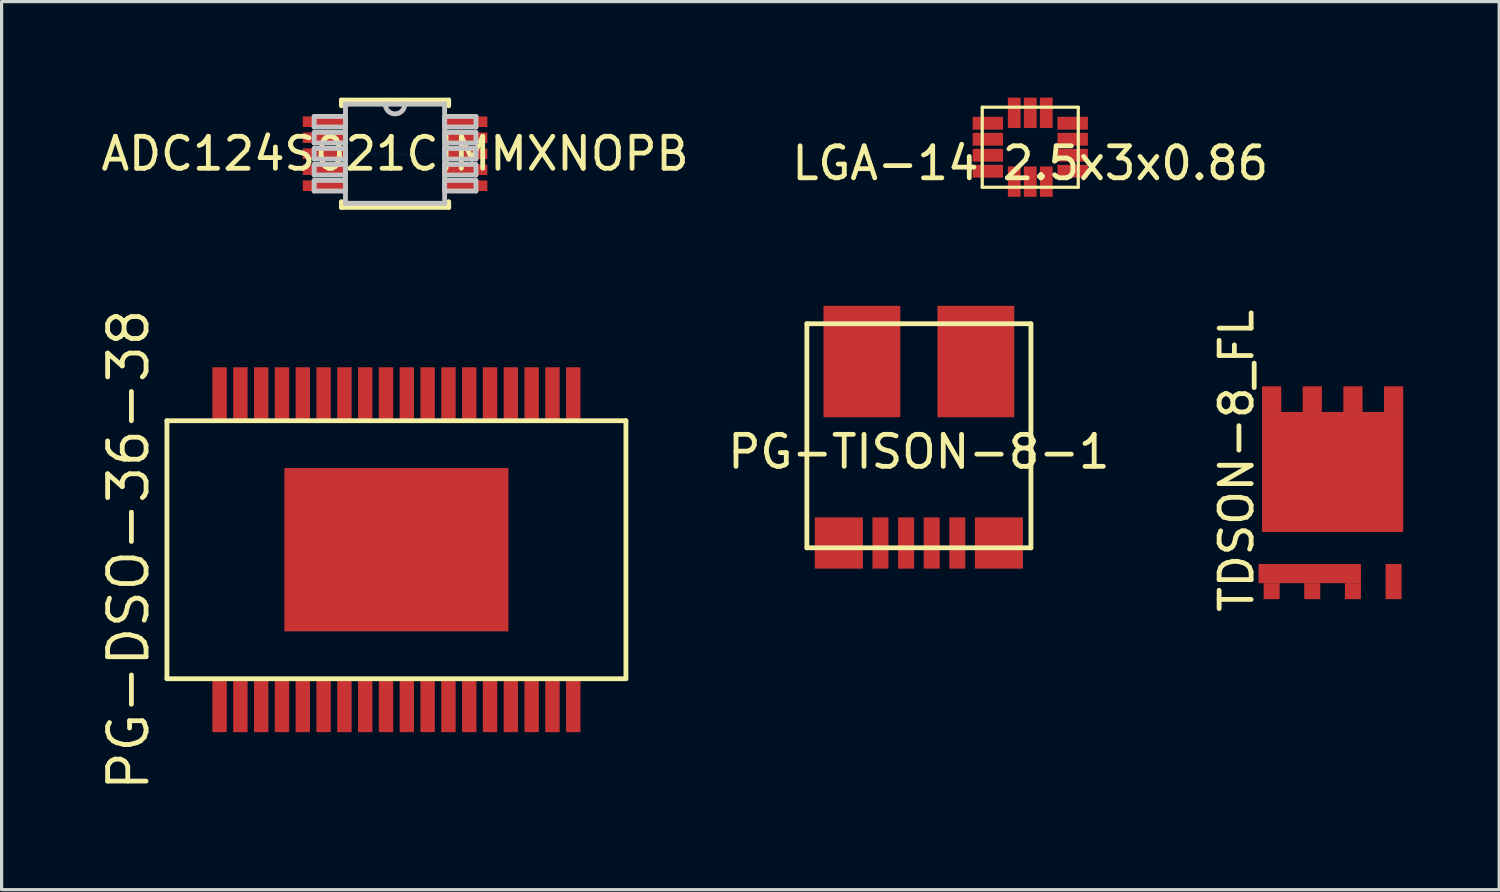
<source format=kicad_pcb>
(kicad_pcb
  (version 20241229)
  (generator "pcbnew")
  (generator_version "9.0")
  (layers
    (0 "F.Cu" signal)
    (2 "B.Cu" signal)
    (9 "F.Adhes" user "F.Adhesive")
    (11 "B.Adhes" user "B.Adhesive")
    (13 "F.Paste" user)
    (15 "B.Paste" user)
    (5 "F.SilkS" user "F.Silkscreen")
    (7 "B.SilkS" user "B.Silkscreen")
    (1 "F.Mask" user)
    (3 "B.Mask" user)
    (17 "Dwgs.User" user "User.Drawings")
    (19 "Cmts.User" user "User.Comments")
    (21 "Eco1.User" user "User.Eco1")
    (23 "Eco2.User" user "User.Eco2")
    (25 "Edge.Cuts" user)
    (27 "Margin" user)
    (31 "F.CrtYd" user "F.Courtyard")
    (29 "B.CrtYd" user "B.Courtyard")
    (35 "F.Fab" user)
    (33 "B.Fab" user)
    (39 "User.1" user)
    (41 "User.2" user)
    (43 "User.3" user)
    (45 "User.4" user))
  (footprint "LGA-14 2.5x3x0.86"
    (layer "F.Cu")
    (at 29.137 1.55)
    (property "Reference" "LGA-14 2.5x3x0.86" (at 0 0.5 0) (layer "F.SilkS") (effects (font (size 1 1) (thickness 0.15))))
    (attr through_hole)
    (fp_line (start -1.5 -1.25) (end 1.5 -1.25) (stroke (width 0.1) (type solid)) (layer "F.SilkS"))
    (fp_line (start -1.5 1.25) (end -1.5 -1.25) (stroke (width 0.1) (type solid)) (layer "F.SilkS"))
    (fp_line (start 1.5 -1.25) (end 1.5 1.25) (stroke (width 0.1) (type solid)) (layer "F.SilkS"))
    (fp_line (start 1.5 1.25) (end -1.5 1.25) (stroke (width 0.1) (type solid)) (layer "F.SilkS"))
    (pad "1" smd rect (at 1.325 -0.75) (size 0.95 0.4) (layers "F.Cu" "F.Mask" "F.Paste"))
    (pad "2" smd rect (at 1.325 -0.25) (size 0.95 0.4) (layers "F.Cu" "F.Mask" "F.Paste"))
    (pad "3" smd rect (at 1.325 0.25) (size 0.95 0.4) (layers "F.Cu" "F.Mask" "F.Paste"))
    (pad "4" smd rect (at 1.325 0.75) (size 0.95 0.4) (layers "F.Cu" "F.Mask" "F.Paste"))
    (pad "5" smd rect (at 0.5 1.075 90) (size 0.95 0.4) (layers "F.Cu" "F.Mask" "F.Paste"))
    (pad "6" smd rect (at 0 1.075 90) (size 0.95 0.4) (layers "F.Cu" "F.Mask" "F.Paste"))
    (pad "7" smd rect (at -0.5 1.075 90) (size 0.95 0.4) (layers "F.Cu" "F.Mask" "F.Paste"))
    (pad "8" smd rect (at -1.325 0.75) (size 0.95 0.4) (layers "F.Cu" "F.Mask" "F.Paste"))
    (pad "9" smd rect (at -1.325 0.25) (size 0.95 0.4) (layers "F.Cu" "F.Mask" "F.Paste"))
    (pad "10" smd rect (at -1.325 -0.25) (size 0.95 0.4) (layers "F.Cu" "F.Mask" "F.Paste"))
    (pad "11" smd rect (at -1.325 -0.75) (size 0.95 0.4) (layers "F.Cu" "F.Mask" "F.Paste"))
    (pad "12" smd rect (at -0.5 -1.075 90) (size 0.95 0.4) (layers "F.Cu" "F.Mask" "F.Paste"))
    (pad "13" smd rect (at 0 -1.075 90) (size 0.95 0.4) (layers "F.Cu" "F.Mask" "F.Paste"))
    (pad "14" smd rect (at 0.5 -1.075 90) (size 0.95 0.4) (layers "F.Cu" "F.Mask" "F.Paste")))
  (footprint "PG-TISON-8-1"
    (layer "F.Cu")
    (at 25.658 10.565)
    (property "Reference" "PG-TISON-8-1" (at 0 0.5 0) (layer "F.SilkS") (effects (font (size 1 1) (thickness 0.15))))
    (attr through_hole)
    (fp_line (start -3.5 -3.5) (end 3.5 -3.5) (stroke (width 0.15) (type solid)) (layer "F.SilkS"))
    (fp_line (start -3.5 3.5) (end -3.5 -3.5) (stroke (width 0.15) (type solid)) (layer "F.SilkS"))
    (fp_line (start 3.5 -3.5) (end 3.5 3.5) (stroke (width 0.15) (type solid)) (layer "F.SilkS"))
    (fp_line (start 3.5 3.5) (end -3.5 3.5) (stroke (width 0.15) (type solid)) (layer "F.SilkS"))
    (pad "1" smd rect (at -2.5 3.35) (size 1.5 1.6) (layers "F.Cu" "F.Mask" "F.Paste"))
    (pad "2" smd rect (at -1.2 3.35) (size 0.5 1.6) (layers "F.Cu" "F.Mask" "F.Paste"))
    (pad "3" smd rect (at -0.4 3.35) (size 0.5 1.6) (layers "F.Cu" "F.Mask" "F.Paste"))
    (pad "4" smd rect (at 0.4 3.35) (size 0.5 1.6) (layers "F.Cu" "F.Mask" "F.Paste"))
    (pad "5" smd rect (at 1.2 3.35) (size 0.5 1.6) (layers "F.Cu" "F.Mask" "F.Paste"))
    (pad "6" smd rect (at 2.5 3.35) (size 1.5 1.6) (layers "F.Cu" "F.Mask" "F.Paste"))
    (pad "7" smd rect (at 1.78 -2.32) (size 2.4 3.48) (layers "F.Cu" "F.Mask" "F.Paste"))
    (pad "8" smd rect (at -1.78 -2.32) (size 2.4 3.48) (layers "F.Cu" "F.Mask" "F.Paste")))
  (footprint "TDSON-8_FL"
    (layer "F.Cu")
    (at 38.583 12.344)
    (property "Reference" "TDSON-8_FL" (at -3 -1 90) (layer "F.SilkS") (effects (font (size 1 1) (thickness 0.15))))
    (attr through_hole)
    (pad "" smd rect (at -1.905 -2.925) (size 0.5 0.75) (layers "F.Paste"))
    (pad "" smd rect (at -1.905 3.1) (size 0.4 0.35) (layers "F.Paste"))
    (pad "" smd rect (at -1.815 2.525) (size 0.9 0.45) (layers "F.Paste"))
    (pad "" smd rect (at -0.85 -1.5) (size 1.5 1.5) (layers "F.Paste"))
    (pad "" smd rect (at -0.85 0.2) (size 1.5 1.5) (layers "F.Paste"))
    (pad "" smd rect (at -0.715 2.525) (size 0.9 0.45) (layers "F.Paste"))
    (pad "" smd rect (at -0.635 -2.925) (size 0.5 0.75) (layers "F.Paste"))
    (pad "" smd rect (at -0.635 3.1) (size 0.4 0.35) (layers "F.Paste"))
    (pad "" smd rect (at 0.385 2.525) (size 0.9 0.45) (layers "F.Paste"))
    (pad "" smd rect (at 0.635 -2.925) (size 0.5 0.75) (layers "F.Paste"))
    (pad "" smd rect (at 0.635 3.1) (size 0.4 0.35) (layers "F.Paste"))
    (pad "" smd rect (at 0.85 -1.5) (size 1.5 1.5) (layers "F.Paste"))
    (pad "" smd rect (at 0.85 0.2) (size 1.5 1.5) (layers "F.Paste"))
    (pad "" smd rect (at 1.905 -2.925) (size 0.5 0.75) (layers "F.Paste"))
    (pad "" smd rect (at 1.905 2.5) (size 0.4 0.45) (layers "F.Paste"))
    (pad "" smd rect (at 1.905 3.1) (size 0.4 0.35) (layers "F.Paste"))
    (pad "1" smd rect (at -1.905 3.075) (size 0.5 0.5) (layers "F.Cu" "F.Mask"))
    (pad "1" smd rect (at -0.715 2.525) (size 3.2 0.6) (layers "F.Cu" "F.Mask"))
    (pad "2" smd rect (at -0.635 3.075) (size 0.5 0.5) (layers "F.Cu" "F.Mask"))
    (pad "3" smd rect (at 0.635 3.075) (size 0.5 0.5) (layers "F.Cu" "F.Mask"))
    (pad "4" smd rect (at 1.905 2.775) (size 0.5 1.1) (layers "F.Cu" "F.Mask"))
    (pad "5" smd rect (at -1.905 -2.925) (size 0.6 0.8) (layers "F.Cu" "F.Mask"))
    (pad "5" smd rect (at 0 -0.65) (size 4.41 3.75) (layers "F.Cu" "F.Mask"))
    (pad "6" smd rect (at -0.635 -2.925) (size 0.6 0.8) (layers "F.Cu" "F.Mask"))
    (pad "7" smd rect (at 0.635 -2.925) (size 0.6 0.8) (layers "F.Cu" "F.Mask"))
    (pad "8" smd rect (at 1.905 -2.925) (size 0.6 0.8) (layers "F.Cu" "F.Mask")))
  (footprint "PG-DSO-36-38"
    (layer "F.Cu")
    (at 9.335 14.124)
    (property "Reference" "PG-DSO-36-38" (at -8.37 0 90) (layer "F.SilkS") (effects (font (size 1.2 1.2) (thickness 0.15))))
    (attr through_hole)
    (fp_line (start -7.17 -4.03) (end -7.17 4.03) (stroke (width 0.15) (type solid)) (layer "F.SilkS"))
    (fp_line (start -7.17 4.03) (end 7.17 4.03) (stroke (width 0.15) (type solid)) (layer "F.SilkS"))
    (fp_line (start 7.17 -4.03) (end -7.17 -4.03) (stroke (width 0.15) (type solid)) (layer "F.SilkS"))
    (fp_line (start 7.17 4.03) (end 7.17 -4.03) (stroke (width 0.15) (type solid)) (layer "F.SilkS"))
    (pad "1" smd rect (at -5.525 4.865) (size 0.45 1.67) (layers "F.Cu" "F.Mask" "F.Paste"))
    (pad "2" smd rect (at -4.875 4.865) (size 0.45 1.67) (layers "F.Cu" "F.Mask" "F.Paste"))
    (pad "3" smd rect (at -4.225 4.865) (size 0.45 1.67) (layers "F.Cu" "F.Mask" "F.Paste"))
    (pad "4" smd rect (at -3.575 4.865) (size 0.45 1.67) (layers "F.Cu" "F.Mask" "F.Paste"))
    (pad "5" smd rect (at -2.925 4.865) (size 0.45 1.67) (layers "F.Cu" "F.Mask" "F.Paste"))
    (pad "6" smd rect (at -2.275 4.865) (size 0.45 1.67) (layers "F.Cu" "F.Mask" "F.Paste"))
    (pad "7" smd rect (at -1.625 4.865) (size 0.45 1.67) (layers "F.Cu" "F.Mask" "F.Paste"))
    (pad "8" smd rect (at -0.975 4.865) (size 0.45 1.67) (layers "F.Cu" "F.Mask" "F.Paste"))
    (pad "9" smd rect (at -0.325 4.865) (size 0.45 1.67) (layers "F.Cu" "F.Mask" "F.Paste"))
    (pad "10" smd rect (at 0.325 4.865) (size 0.45 1.67) (layers "F.Cu" "F.Mask" "F.Paste"))
    (pad "11" smd rect (at 0.975 4.865) (size 0.45 1.67) (layers "F.Cu" "F.Mask" "F.Paste"))
    (pad "12" smd rect (at 1.625 4.865) (size 0.45 1.67) (layers "F.Cu" "F.Mask" "F.Paste"))
    (pad "13" smd rect (at 2.275 4.865) (size 0.45 1.67) (layers "F.Cu" "F.Mask" "F.Paste"))
    (pad "14" smd rect (at 2.925 4.865) (size 0.45 1.67) (layers "F.Cu" "F.Mask" "F.Paste"))
    (pad "15" smd rect (at 3.575 4.865) (size 0.45 1.67) (layers "F.Cu" "F.Mask" "F.Paste"))
    (pad "16" smd rect (at 4.225 4.865) (size 0.45 1.67) (layers "F.Cu" "F.Mask" "F.Paste"))
    (pad "17" smd rect (at 4.875 4.865) (size 0.45 1.67) (layers "F.Cu" "F.Mask" "F.Paste"))
    (pad "18" smd rect (at 5.525 4.865) (size 0.45 1.67) (layers "F.Cu" "F.Mask" "F.Paste"))
    (pad "19" smd rect (at 5.525 -4.865) (size 0.45 1.67) (layers "F.Cu" "F.Mask" "F.Paste"))
    (pad "20" smd rect (at 4.875 -4.865) (size 0.45 1.67) (layers "F.Cu" "F.Mask" "F.Paste"))
    (pad "21" smd rect (at 4.225 -4.865) (size 0.45 1.67) (layers "F.Cu" "F.Mask" "F.Paste"))
    (pad "22" smd rect (at 3.575 -4.865) (size 0.45 1.67) (layers "F.Cu" "F.Mask" "F.Paste"))
    (pad "23" smd rect (at 2.925 -4.865) (size 0.45 1.67) (layers "F.Cu" "F.Mask" "F.Paste"))
    (pad "24" smd rect (at 2.275 -4.865) (size 0.45 1.67) (layers "F.Cu" "F.Mask" "F.Paste"))
    (pad "25" smd rect (at 1.625 -4.865) (size 0.45 1.67) (layers "F.Cu" "F.Mask" "F.Paste"))
    (pad "26" smd rect (at 0.975 -4.865) (size 0.45 1.67) (layers "F.Cu" "F.Mask" "F.Paste"))
    (pad "27" smd rect (at 0.325 -4.865) (size 0.45 1.67) (layers "F.Cu" "F.Mask" "F.Paste"))
    (pad "28" smd rect (at -0.325 -4.865) (size 0.45 1.67) (layers "F.Cu" "F.Mask" "F.Paste"))
    (pad "29" smd rect (at -0.975 -4.865) (size 0.45 1.67) (layers "F.Cu" "F.Mask" "F.Paste"))
    (pad "30" smd rect (at -1.625 -4.865) (size 0.45 1.67) (layers "F.Cu" "F.Mask" "F.Paste"))
    (pad "31" smd rect (at -2.275 -4.865) (size 0.45 1.67) (layers "F.Cu" "F.Mask" "F.Paste"))
    (pad "32" smd rect (at -2.925 -4.865) (size 0.45 1.67) (layers "F.Cu" "F.Mask" "F.Paste"))
    (pad "33" smd rect (at -3.575 -4.865) (size 0.45 1.67) (layers "F.Cu" "F.Mask" "F.Paste"))
    (pad "34" smd rect (at -4.225 -4.865) (size 0.45 1.67) (layers "F.Cu" "F.Mask" "F.Paste"))
    (pad "35" smd rect (at -4.875 -4.865) (size 0.45 1.67) (layers "F.Cu" "F.Mask" "F.Paste"))
    (pad "36" smd rect (at -5.525 -4.865) (size 0.45 1.67) (layers "F.Cu" "F.Mask" "F.Paste"))
    (pad "37" smd rect (at 0 0) (size 7 5.1) (layers "F.Cu" "F.Mask" "F.Paste")))
  (footprint "ADC124S021CIMMXNOPB"
    (layer "F.Cu")
    (at 9.292 1.753)
    (property "Reference" "ADC124S021CIMMXNOPB" (at 0 0 0) (layer "F.SilkS") (effects (font (size 1 1) (thickness 0.15))))
    (attr through_hole)
    (fp_line (start -1.676 -1.676) (end -1.676 -1.498) (stroke (width 0.152) (type solid)) (layer "F.SilkS"))
    (fp_line (start -1.676 1.498) (end -1.676 1.676) (stroke (width 0.152) (type solid)) (layer "F.SilkS"))
    (fp_line (start -1.676 1.676) (end 1.676 1.676) (stroke (width 0.152) (type solid)) (layer "F.SilkS"))
    (fp_line (start 1.676 -1.676) (end -1.676 -1.676) (stroke (width 0.152) (type solid)) (layer "F.SilkS"))
    (fp_line (start 1.676 -1.498) (end 1.676 -1.676) (stroke (width 0.152) (type solid)) (layer "F.SilkS"))
    (fp_line (start 1.676 1.676) (end 1.676 1.498) (stroke (width 0.152) (type solid)) (layer "F.SilkS"))
    (fp_line (start -2.527 -1.165) (end -2.527 -0.835) (stroke (width 0.152) (type solid)) (layer "Dwgs.User"))
    (fp_line (start -2.527 -0.835) (end -1.549 -0.835) (stroke (width 0.152) (type solid)) (layer "Dwgs.User"))
    (fp_line (start -2.527 -0.665) (end -2.527 -0.335) (stroke (width 0.152) (type solid)) (layer "Dwgs.User"))
    (fp_line (start -2.527 -0.335) (end -1.549 -0.335) (stroke (width 0.152) (type solid)) (layer "Dwgs.User"))
    (fp_line (start -2.527 -0.165) (end -2.527 0.165) (stroke (width 0.152) (type solid)) (layer "Dwgs.User"))
    (fp_line (start -2.527 0.165) (end -1.549 0.165) (stroke (width 0.152) (type solid)) (layer "Dwgs.User"))
    (fp_line (start -2.527 0.335) (end -2.527 0.665) (stroke (width 0.152) (type solid)) (layer "Dwgs.User"))
    (fp_line (start -2.527 0.665) (end -1.549 0.665) (stroke (width 0.152) (type solid)) (layer "Dwgs.User"))
    (fp_line (start -2.527 0.835) (end -2.527 1.165) (stroke (width 0.152) (type solid)) (layer "Dwgs.User"))
    (fp_line (start -2.527 1.165) (end -1.549 1.165) (stroke (width 0.152) (type solid)) (layer "Dwgs.User"))
    (fp_line (start -1.549 -1.549) (end -1.549 1.549) (stroke (width 0.152) (type solid)) (layer "Dwgs.User"))
    (fp_line (start -1.549 -1.165) (end -2.527 -1.165) (stroke (width 0.152) (type solid)) (layer "Dwgs.User"))
    (fp_line (start -1.549 -0.835) (end -1.549 -1.165) (stroke (width 0.152) (type solid)) (layer "Dwgs.User"))
    (fp_line (start -1.549 -0.665) (end -2.527 -0.665) (stroke (width 0.152) (type solid)) (layer "Dwgs.User"))
    (fp_line (start -1.549 -0.335) (end -1.549 -0.665) (stroke (width 0.152) (type solid)) (layer "Dwgs.User"))
    (fp_line (start -1.549 -0.165) (end -2.527 -0.165) (stroke (width 0.152) (type solid)) (layer "Dwgs.User"))
    (fp_line (start -1.549 0.165) (end -1.549 -0.165) (stroke (width 0.152) (type solid)) (layer "Dwgs.User"))
    (fp_line (start -1.549 0.335) (end -2.527 0.335) (stroke (width 0.152) (type solid)) (layer "Dwgs.User"))
    (fp_line (start -1.549 0.665) (end -1.549 0.335) (stroke (width 0.152) (type solid)) (layer "Dwgs.User"))
    (fp_line (start -1.549 0.835) (end -2.527 0.835) (stroke (width 0.152) (type solid)) (layer "Dwgs.User"))
    (fp_line (start -1.549 1.165) (end -1.549 0.835) (stroke (width 0.152) (type solid)) (layer "Dwgs.User"))
    (fp_line (start -1.549 1.549) (end 1.549 1.549) (stroke (width 0.152) (type solid)) (layer "Dwgs.User"))
    (fp_line (start 1.549 -1.549) (end -1.549 -1.549) (stroke (width 0.152) (type solid)) (layer "Dwgs.User"))
    (fp_line (start 1.549 -1.165) (end 1.549 -0.835) (stroke (width 0.152) (type solid)) (layer "Dwgs.User"))
    (fp_line (start 1.549 -0.835) (end 2.527 -0.835) (stroke (width 0.152) (type solid)) (layer "Dwgs.User"))
    (fp_line (start 1.549 -0.665) (end 1.549 -0.335) (stroke (width 0.152) (type solid)) (layer "Dwgs.User"))
    (fp_line (start 1.549 -0.335) (end 2.527 -0.335) (stroke (width 0.152) (type solid)) (layer "Dwgs.User"))
    (fp_line (start 1.549 -0.165) (end 1.549 0.165) (stroke (width 0.152) (type solid)) (layer "Dwgs.User"))
    (fp_line (start 1.549 0.165) (end 2.527 0.165) (stroke (width 0.152) (type solid)) (layer "Dwgs.User"))
    (fp_line (start 1.549 0.335) (end 1.549 0.665) (stroke (width 0.152) (type solid)) (layer "Dwgs.User"))
    (fp_line (start 1.549 0.665) (end 2.527 0.665) (stroke (width 0.152) (type solid)) (layer "Dwgs.User"))
    (fp_line (start 1.549 0.835) (end 1.549 1.165) (stroke (width 0.152) (type solid)) (layer "Dwgs.User"))
    (fp_line (start 1.549 1.165) (end 2.527 1.165) (stroke (width 0.152) (type solid)) (layer "Dwgs.User"))
    (fp_line (start 1.549 1.549) (end 1.549 -1.549) (stroke (width 0.152) (type solid)) (layer "Dwgs.User"))
    (fp_line (start 2.527 -1.165) (end 1.549 -1.165) (stroke (width 0.152) (type solid)) (layer "Dwgs.User"))
    (fp_line (start 2.527 -0.835) (end 2.527 -1.165) (stroke (width 0.152) (type solid)) (layer "Dwgs.User"))
    (fp_line (start 2.527 -0.665) (end 1.549 -0.665) (stroke (width 0.152) (type solid)) (layer "Dwgs.User"))
    (fp_line (start 2.527 -0.335) (end 2.527 -0.665) (stroke (width 0.152) (type solid)) (layer "Dwgs.User"))
    (fp_line (start 2.527 -0.165) (end 1.549 -0.165) (stroke (width 0.152) (type solid)) (layer "Dwgs.User"))
    (fp_line (start 2.527 0.165) (end 2.527 -0.165) (stroke (width 0.152) (type solid)) (layer "Dwgs.User"))
    (fp_line (start 2.527 0.335) (end 1.549 0.335) (stroke (width 0.152) (type solid)) (layer "Dwgs.User"))
    (fp_line (start 2.527 0.665) (end 2.527 0.335) (stroke (width 0.152) (type solid)) (layer "Dwgs.User"))
    (fp_line (start 2.527 0.835) (end 1.549 0.835) (stroke (width 0.152) (type solid)) (layer "Dwgs.User"))
    (fp_line (start 2.527 1.165) (end 2.527 0.835) (stroke (width 0.152) (type solid)) (layer "Dwgs.User"))
    (fp_arc (start 0.3048 -1.5494) (mid 0 -1.2446) (end -0.3048 -1.5494) (stroke (width 0.1524) (type solid)) (layer "Dwgs.User"))
    (fp_text user "Copyright 2016 Accelerated Designs. All rights reserved." (at 0 0 0) (layer "Cmts.User") (effects (font (size 0.127 0.127) (thickness 0.002))))
    (pad "1" smd rect (at -2.197 -1) (size 1.372 0.33) (layers "F.Cu" "F.Mask" "F.Paste"))
    (pad "2" smd rect (at -2.197 -0.5) (size 1.372 0.33) (layers "F.Cu" "F.Mask" "F.Paste"))
    (pad "3" smd rect (at -2.197 0) (size 1.372 0.33) (layers "F.Cu" "F.Mask" "F.Paste"))
    (pad "4" smd rect (at -2.197 0.5) (size 1.372 0.33) (layers "F.Cu" "F.Mask" "F.Paste"))
    (pad "5" smd rect (at -2.197 1) (size 1.372 0.33) (layers "F.Cu" "F.Mask" "F.Paste"))
    (pad "6" smd rect (at 2.197 1) (size 1.372 0.33) (layers "F.Cu" "F.Mask" "F.Paste"))
    (pad "7" smd rect (at 2.197 0.5) (size 1.372 0.33) (layers "F.Cu" "F.Mask" "F.Paste"))
    (pad "8" smd rect (at 2.197 0) (size 1.372 0.33) (layers "F.Cu" "F.Mask" "F.Paste"))
    (pad "9" smd rect (at 2.197 -0.5) (size 1.372 0.33) (layers "F.Cu" "F.Mask" "F.Paste"))
    (pad "10" smd rect (at 2.197 -1) (size 1.372 0.33) (layers "F.Cu" "F.Mask" "F.Paste")))
  (gr_rect
    (start -3 -3)
    (end 43.788 24.744)
    (stroke (width 0.1) (type default))
    (fill no)
    (layer "Edge.Cuts")))
</source>
